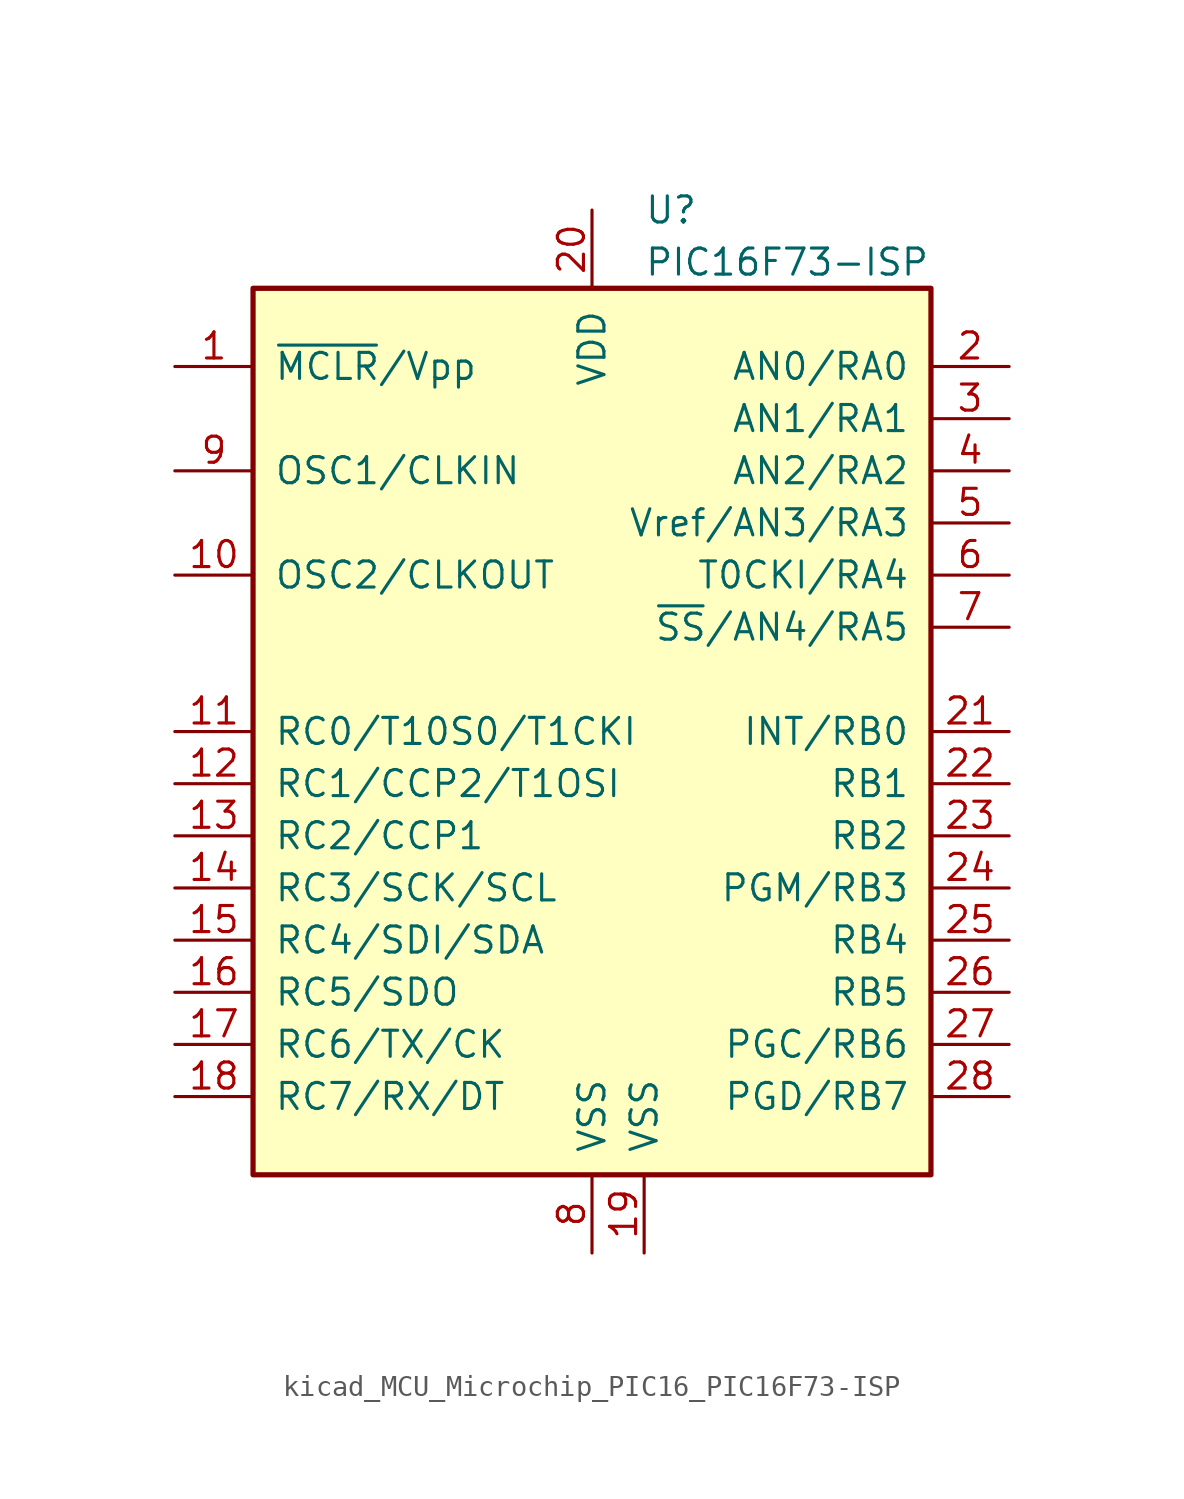
<source format=kicad_sym>
(kicad_symbol_lib
  (version 20220914)
  (generator kicad_symbol_editor)
  (symbol "kicad_MCU_Microchip_PIC16_PIC16F73-ISP"
    (pin_names
      (offset 1.016))
    (property "Reference" "U"
      (at 2.54 25.4 0)
      (effects (font (size 1.27 1.27)) (justify left)))
    (property "Value" "PIC16F73-ISP"
      (at 2.54 22.86 0)
      (effects (font (size 1.27 1.27)) (justify left)))
    (symbol "kicad_MCU_Microchip_PIC16_PIC16F73-ISP_0_1"
      (rectangle (start -16.51 -21.59) (end 16.51 21.59) (stroke (width 0.254) (type default)) (fill (type background))))
    (symbol "kicad_MCU_Microchip_PIC16_PIC16F73-ISP_1_1"
      (pin input line (at -20.32 17.78 0) (length 3.81) (name "~{MCLR}/Vpp" (effects (font (size 1.27 1.27)))) (number "1" (effects (font (size 1.27 1.27)))))
      (pin output line (at -20.32 7.62 0) (length 3.81) (name "OSC2/CLKOUT" (effects (font (size 1.27 1.27)))) (number "10" (effects (font (size 1.27 1.27)))))
      (pin bidirectional line (at -20.32 0 0) (length 3.81) (name "RC0/T10S0/T1CKI" (effects (font (size 1.27 1.27)))) (number "11" (effects (font (size 1.27 1.27)))))
      (pin bidirectional line (at -20.32 -2.54 0) (length 3.81) (name "RC1/CCP2/T1OSI" (effects (font (size 1.27 1.27)))) (number "12" (effects (font (size 1.27 1.27)))))
      (pin bidirectional line (at -20.32 -5.08 0) (length 3.81) (name "RC2/CCP1" (effects (font (size 1.27 1.27)))) (number "13" (effects (font (size 1.27 1.27)))))
      (pin bidirectional line (at -20.32 -7.62 0) (length 3.81) (name "RC3/SCK/SCL" (effects (font (size 1.27 1.27)))) (number "14" (effects (font (size 1.27 1.27)))))
      (pin bidirectional line (at -20.32 -10.16 0) (length 3.81) (name "RC4/SDI/SDA" (effects (font (size 1.27 1.27)))) (number "15" (effects (font (size 1.27 1.27)))))
      (pin bidirectional line (at -20.32 -12.7 0) (length 3.81) (name "RC5/SDO" (effects (font (size 1.27 1.27)))) (number "16" (effects (font (size 1.27 1.27)))))
      (pin bidirectional line (at -20.32 -15.24 0) (length 3.81) (name "RC6/TX/CK" (effects (font (size 1.27 1.27)))) (number "17" (effects (font (size 1.27 1.27)))))
      (pin bidirectional line (at -20.32 -17.78 0) (length 3.81) (name "RC7/RX/DT" (effects (font (size 1.27 1.27)))) (number "18" (effects (font (size 1.27 1.27)))))
      (pin power_in line (at 2.54 -25.4 90) (length 3.81) (name "VSS" (effects (font (size 1.27 1.27)))) (number "19" (effects (font (size 1.27 1.27)))))
      (pin bidirectional line (at 20.32 17.78 180) (length 3.81) (name "AN0/RA0" (effects (font (size 1.27 1.27)))) (number "2" (effects (font (size 1.27 1.27)))))
      (pin power_in line (at 0 25.4 270) (length 3.81) (name "VDD" (effects (font (size 1.27 1.27)))) (number "20" (effects (font (size 1.27 1.27)))))
      (pin bidirectional line (at 20.32 0 180) (length 3.81) (name "INT/RB0" (effects (font (size 1.27 1.27)))) (number "21" (effects (font (size 1.27 1.27)))))
      (pin bidirectional line (at 20.32 -2.54 180) (length 3.81) (name "RB1" (effects (font (size 1.27 1.27)))) (number "22" (effects (font (size 1.27 1.27)))))
      (pin bidirectional line (at 20.32 -5.08 180) (length 3.81) (name "RB2" (effects (font (size 1.27 1.27)))) (number "23" (effects (font (size 1.27 1.27)))))
      (pin bidirectional line (at 20.32 -7.62 180) (length 3.81) (name "PGM/RB3" (effects (font (size 1.27 1.27)))) (number "24" (effects (font (size 1.27 1.27)))))
      (pin bidirectional line (at 20.32 -10.16 180) (length 3.81) (name "RB4" (effects (font (size 1.27 1.27)))) (number "25" (effects (font (size 1.27 1.27)))))
      (pin bidirectional line (at 20.32 -12.7 180) (length 3.81) (name "RB5" (effects (font (size 1.27 1.27)))) (number "26" (effects (font (size 1.27 1.27)))))
      (pin bidirectional line (at 20.32 -15.24 180) (length 3.81) (name "PGC/RB6" (effects (font (size 1.27 1.27)))) (number "27" (effects (font (size 1.27 1.27)))))
      (pin bidirectional line (at 20.32 -17.78 180) (length 3.81) (name "PGD/RB7" (effects (font (size 1.27 1.27)))) (number "28" (effects (font (size 1.27 1.27)))))
      (pin bidirectional line (at 20.32 15.24 180) (length 3.81) (name "AN1/RA1" (effects (font (size 1.27 1.27)))) (number "3" (effects (font (size 1.27 1.27)))))
      (pin bidirectional line (at 20.32 12.7 180) (length 3.81) (name "AN2/RA2" (effects (font (size 1.27 1.27)))) (number "4" (effects (font (size 1.27 1.27)))))
      (pin bidirectional line (at 20.32 10.16 180) (length 3.81) (name "Vref/AN3/RA3" (effects (font (size 1.27 1.27)))) (number "5" (effects (font (size 1.27 1.27)))))
      (pin bidirectional line (at 20.32 7.62 180) (length 3.81) (name "T0CKI/RA4" (effects (font (size 1.27 1.27)))) (number "6" (effects (font (size 1.27 1.27)))))
      (pin bidirectional line (at 20.32 5.08 180) (length 3.81) (name "~{SS}/AN4/RA5" (effects (font (size 1.27 1.27)))) (number "7" (effects (font (size 1.27 1.27)))))
      (pin power_in line (at 0 -25.4 90) (length 3.81) (name "VSS" (effects (font (size 1.27 1.27)))) (number "8" (effects (font (size 1.27 1.27)))))
      (pin input line (at -20.32 12.7 0) (length 3.81) (name "OSC1/CLKIN" (effects (font (size 1.27 1.27)))) (number "9" (effects (font (size 1.27 1.27))))))))
</source>
